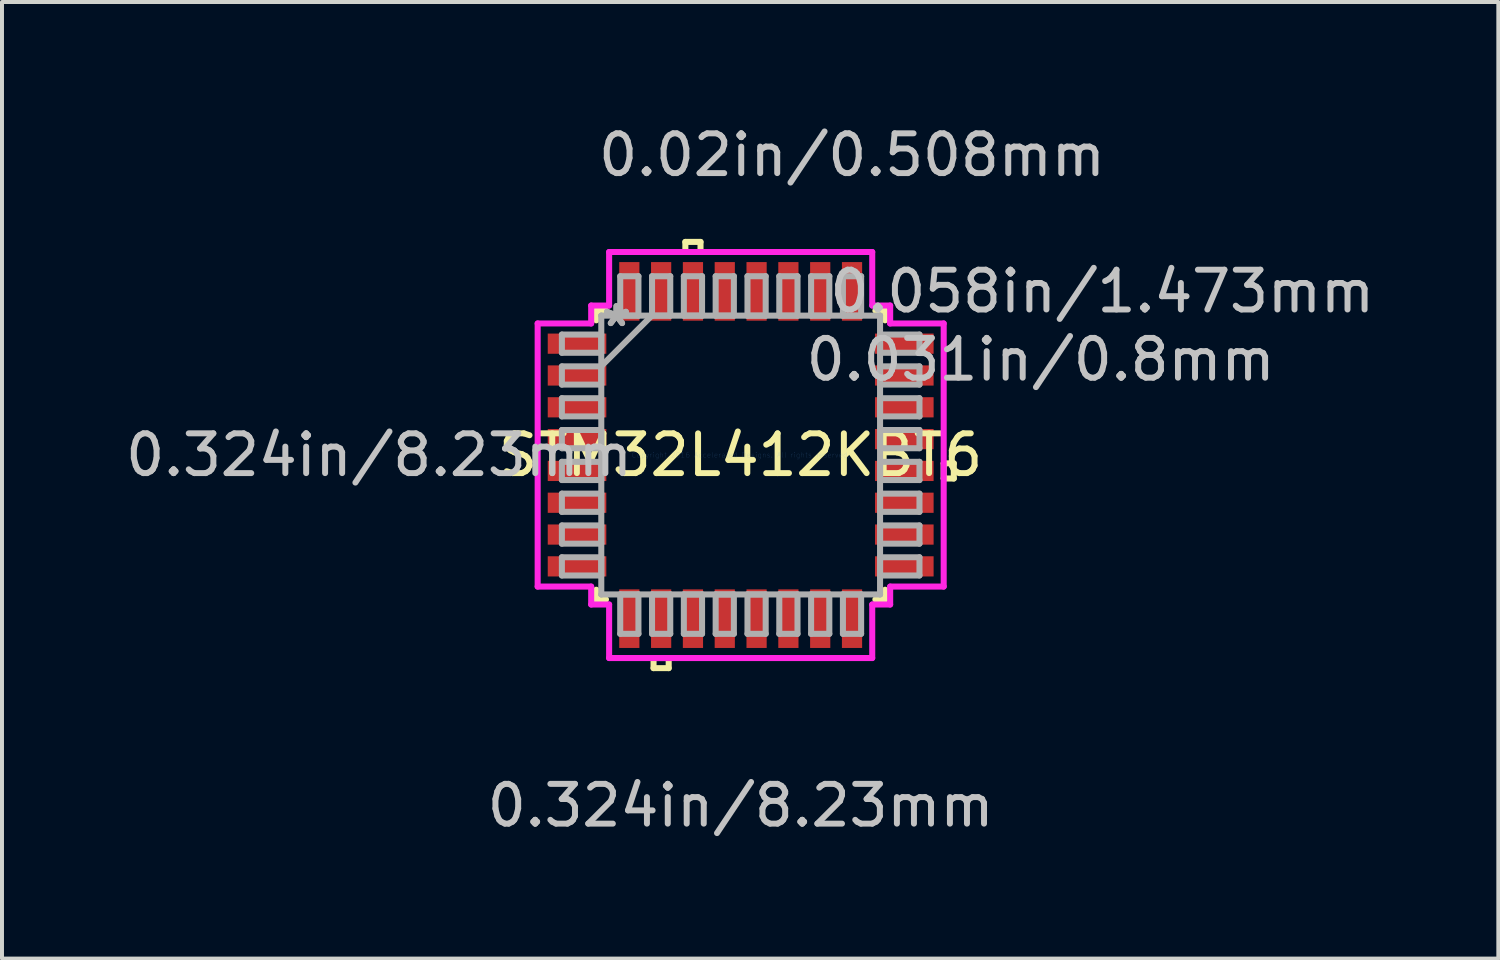
<source format=kicad_pcb>
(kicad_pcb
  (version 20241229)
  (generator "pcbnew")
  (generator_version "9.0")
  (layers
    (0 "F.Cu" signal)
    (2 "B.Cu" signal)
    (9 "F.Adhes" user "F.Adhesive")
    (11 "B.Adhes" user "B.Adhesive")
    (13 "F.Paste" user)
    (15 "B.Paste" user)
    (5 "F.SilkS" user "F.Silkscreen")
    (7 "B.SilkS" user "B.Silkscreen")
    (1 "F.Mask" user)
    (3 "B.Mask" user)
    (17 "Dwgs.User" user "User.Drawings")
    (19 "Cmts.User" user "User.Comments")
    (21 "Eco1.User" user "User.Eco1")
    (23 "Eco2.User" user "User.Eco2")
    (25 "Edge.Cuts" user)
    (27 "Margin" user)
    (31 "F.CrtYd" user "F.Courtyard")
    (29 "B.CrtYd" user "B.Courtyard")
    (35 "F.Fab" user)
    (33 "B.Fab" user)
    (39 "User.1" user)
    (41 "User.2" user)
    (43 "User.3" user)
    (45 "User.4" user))
  (footprint "STM32L412KBT6"
    (layer "F.Cu")
    (at 15.575 8.392)
    (property "Reference" "STM32L412KBT6" (at 0 0 0) (layer "F.SilkS") (effects (font (size 1 1) (thickness 0.15))))
    (attr through_hole)
    (fp_line (start -3.632 -3.632) (end -3.632 -3.387) (stroke (width 0.152) (type solid)) (layer "F.SilkS"))
    (fp_line (start -3.632 3.387) (end -3.632 3.632) (stroke (width 0.152) (type solid)) (layer "F.SilkS"))
    (fp_line (start -3.632 3.632) (end -3.387 3.632) (stroke (width 0.152) (type solid)) (layer "F.SilkS"))
    (fp_line (start -3.387 -3.632) (end -3.632 -3.632) (stroke (width 0.152) (type solid)) (layer "F.SilkS"))
    (fp_line (start -2.191 5.105) (end -2.191 5.359) (stroke (width 0.152) (type solid)) (layer "F.SilkS"))
    (fp_line (start -2.191 5.359) (end -1.81 5.359) (stroke (width 0.152) (type solid)) (layer "F.SilkS"))
    (fp_line (start -1.81 5.105) (end -2.191 5.105) (stroke (width 0.152) (type solid)) (layer "F.SilkS"))
    (fp_line (start -1.81 5.359) (end -1.81 5.105) (stroke (width 0.152) (type solid)) (layer "F.SilkS"))
    (fp_line (start -1.391 -5.359) (end -1.01 -5.359) (stroke (width 0.152) (type solid)) (layer "F.SilkS"))
    (fp_line (start -1.391 -5.105) (end -1.391 -5.359) (stroke (width 0.152) (type solid)) (layer "F.SilkS"))
    (fp_line (start -1.01 -5.359) (end -1.01 -5.105) (stroke (width 0.152) (type solid)) (layer "F.SilkS"))
    (fp_line (start -1.01 -5.105) (end -1.391 -5.105) (stroke (width 0.152) (type solid)) (layer "F.SilkS"))
    (fp_line (start 3.387 3.632) (end 3.632 3.632) (stroke (width 0.152) (type solid)) (layer "F.SilkS"))
    (fp_line (start 3.632 -3.632) (end 3.387 -3.632) (stroke (width 0.152) (type solid)) (layer "F.SilkS"))
    (fp_line (start 3.632 -3.387) (end 3.632 -3.632) (stroke (width 0.152) (type solid)) (layer "F.SilkS"))
    (fp_line (start 3.632 3.632) (end 3.632 3.387) (stroke (width 0.152) (type solid)) (layer "F.SilkS"))
    (fp_line (start 5.105 0.209) (end 5.359 0.209) (stroke (width 0.152) (type solid)) (layer "F.SilkS"))
    (fp_line (start 5.105 0.59) (end 5.105 0.209) (stroke (width 0.152) (type solid)) (layer "F.SilkS"))
    (fp_line (start 5.359 0.209) (end 5.359 0.59) (stroke (width 0.152) (type solid)) (layer "F.SilkS"))
    (fp_line (start 5.359 0.59) (end 5.105 0.59) (stroke (width 0.152) (type solid)) (layer "F.SilkS"))
    (fp_line (start -5.105 -3.308) (end -3.759 -3.308) (stroke (width 0.152) (type solid)) (layer "F.CrtYd"))
    (fp_line (start -5.105 3.308) (end -5.105 -3.308) (stroke (width 0.152) (type solid)) (layer "F.CrtYd"))
    (fp_line (start -3.759 -3.759) (end -3.308 -3.759) (stroke (width 0.152) (type solid)) (layer "F.CrtYd"))
    (fp_line (start -3.759 -3.308) (end -3.759 -3.759) (stroke (width 0.152) (type solid)) (layer "F.CrtYd"))
    (fp_line (start -3.759 3.308) (end -5.105 3.308) (stroke (width 0.152) (type solid)) (layer "F.CrtYd"))
    (fp_line (start -3.759 3.759) (end -3.759 3.308) (stroke (width 0.152) (type solid)) (layer "F.CrtYd"))
    (fp_line (start -3.308 -5.105) (end 3.308 -5.105) (stroke (width 0.152) (type solid)) (layer "F.CrtYd"))
    (fp_line (start -3.308 -3.759) (end -3.308 -5.105) (stroke (width 0.152) (type solid)) (layer "F.CrtYd"))
    (fp_line (start -3.308 3.759) (end -3.759 3.759) (stroke (width 0.152) (type solid)) (layer "F.CrtYd"))
    (fp_line (start -3.308 5.105) (end -3.308 3.759) (stroke (width 0.152) (type solid)) (layer "F.CrtYd"))
    (fp_line (start 3.308 -5.105) (end 3.308 -3.759) (stroke (width 0.152) (type solid)) (layer "F.CrtYd"))
    (fp_line (start 3.308 -3.759) (end 3.759 -3.759) (stroke (width 0.152) (type solid)) (layer "F.CrtYd"))
    (fp_line (start 3.308 3.759) (end 3.308 5.105) (stroke (width 0.152) (type solid)) (layer "F.CrtYd"))
    (fp_line (start 3.308 5.105) (end -3.308 5.105) (stroke (width 0.152) (type solid)) (layer "F.CrtYd"))
    (fp_line (start 3.759 -3.759) (end 3.759 -3.308) (stroke (width 0.152) (type solid)) (layer "F.CrtYd"))
    (fp_line (start 3.759 -3.308) (end 5.105 -3.308) (stroke (width 0.152) (type solid)) (layer "F.CrtYd"))
    (fp_line (start 3.759 3.308) (end 3.759 3.759) (stroke (width 0.152) (type solid)) (layer "F.CrtYd"))
    (fp_line (start 3.759 3.759) (end 3.308 3.759) (stroke (width 0.152) (type solid)) (layer "F.CrtYd"))
    (fp_line (start 5.105 -3.308) (end 5.105 3.308) (stroke (width 0.152) (type solid)) (layer "F.CrtYd"))
    (fp_line (start 5.105 3.308) (end 3.759 3.308) (stroke (width 0.152) (type solid)) (layer "F.CrtYd"))
    (fp_line (start -4.496 -3.029) (end -4.496 -2.571) (stroke (width 0.152) (type solid)) (layer "F.Fab"))
    (fp_line (start -4.496 -2.571) (end -3.505 -2.571) (stroke (width 0.152) (type solid)) (layer "F.Fab"))
    (fp_line (start -4.496 -2.229) (end -4.496 -1.771) (stroke (width 0.152) (type solid)) (layer "F.Fab"))
    (fp_line (start -4.496 -1.771) (end -3.505 -1.771) (stroke (width 0.152) (type solid)) (layer "F.Fab"))
    (fp_line (start -4.496 -1.429) (end -4.496 -0.971) (stroke (width 0.152) (type solid)) (layer "F.Fab"))
    (fp_line (start -4.496 -0.971) (end -3.505 -0.971) (stroke (width 0.152) (type solid)) (layer "F.Fab"))
    (fp_line (start -4.496 -0.629) (end -4.496 -0.171) (stroke (width 0.152) (type solid)) (layer "F.Fab"))
    (fp_line (start -4.496 -0.171) (end -3.505 -0.171) (stroke (width 0.152) (type solid)) (layer "F.Fab"))
    (fp_line (start -4.496 0.171) (end -4.496 0.629) (stroke (width 0.152) (type solid)) (layer "F.Fab"))
    (fp_line (start -4.496 0.629) (end -3.505 0.629) (stroke (width 0.152) (type solid)) (layer "F.Fab"))
    (fp_line (start -4.496 0.971) (end -4.496 1.429) (stroke (width 0.152) (type solid)) (layer "F.Fab"))
    (fp_line (start -4.496 1.429) (end -3.505 1.429) (stroke (width 0.152) (type solid)) (layer "F.Fab"))
    (fp_line (start -4.496 1.771) (end -4.496 2.229) (stroke (width 0.152) (type solid)) (layer "F.Fab"))
    (fp_line (start -4.496 2.229) (end -3.505 2.229) (stroke (width 0.152) (type solid)) (layer "F.Fab"))
    (fp_line (start -4.496 2.571) (end -4.496 3.029) (stroke (width 0.152) (type solid)) (layer "F.Fab"))
    (fp_line (start -4.496 3.029) (end -3.505 3.029) (stroke (width 0.152) (type solid)) (layer "F.Fab"))
    (fp_line (start -3.505 -3.505) (end -3.505 -3.505) (stroke (width 0.152) (type solid)) (layer "F.Fab"))
    (fp_line (start -3.505 -3.505) (end -3.505 3.505) (stroke (width 0.152) (type solid)) (layer "F.Fab"))
    (fp_line (start -3.505 -3.029) (end -4.496 -3.029) (stroke (width 0.152) (type solid)) (layer "F.Fab"))
    (fp_line (start -3.505 -2.571) (end -3.505 -3.029) (stroke (width 0.152) (type solid)) (layer "F.Fab"))
    (fp_line (start -3.505 -2.235) (end -2.235 -3.505) (stroke (width 0.152) (type solid)) (layer "F.Fab"))
    (fp_line (start -3.505 -2.229) (end -4.496 -2.229) (stroke (width 0.152) (type solid)) (layer "F.Fab"))
    (fp_line (start -3.505 -1.771) (end -3.505 -2.229) (stroke (width 0.152) (type solid)) (layer "F.Fab"))
    (fp_line (start -3.505 -1.429) (end -4.496 -1.429) (stroke (width 0.152) (type solid)) (layer "F.Fab"))
    (fp_line (start -3.505 -0.971) (end -3.505 -1.429) (stroke (width 0.152) (type solid)) (layer "F.Fab"))
    (fp_line (start -3.505 -0.629) (end -4.496 -0.629) (stroke (width 0.152) (type solid)) (layer "F.Fab"))
    (fp_line (start -3.505 -0.171) (end -3.505 -0.629) (stroke (width 0.152) (type solid)) (layer "F.Fab"))
    (fp_line (start -3.505 0.171) (end -4.496 0.171) (stroke (width 0.152) (type solid)) (layer "F.Fab"))
    (fp_line (start -3.505 0.629) (end -3.505 0.171) (stroke (width 0.152) (type solid)) (layer "F.Fab"))
    (fp_line (start -3.505 0.971) (end -4.496 0.971) (stroke (width 0.152) (type solid)) (layer "F.Fab"))
    (fp_line (start -3.505 1.429) (end -3.505 0.971) (stroke (width 0.152) (type solid)) (layer "F.Fab"))
    (fp_line (start -3.505 1.771) (end -4.496 1.771) (stroke (width 0.152) (type solid)) (layer "F.Fab"))
    (fp_line (start -3.505 2.229) (end -3.505 1.771) (stroke (width 0.152) (type solid)) (layer "F.Fab"))
    (fp_line (start -3.505 2.571) (end -4.496 2.571) (stroke (width 0.152) (type solid)) (layer "F.Fab"))
    (fp_line (start -3.505 3.029) (end -3.505 2.571) (stroke (width 0.152) (type solid)) (layer "F.Fab"))
    (fp_line (start -3.505 3.505) (end -3.505 3.505) (stroke (width 0.152) (type solid)) (layer "F.Fab"))
    (fp_line (start -3.505 3.505) (end 3.505 3.505) (stroke (width 0.152) (type solid)) (layer "F.Fab"))
    (fp_line (start -3.029 -4.496) (end -3.029 -3.505) (stroke (width 0.152) (type solid)) (layer "F.Fab"))
    (fp_line (start -3.029 -3.505) (end -2.571 -3.505) (stroke (width 0.152) (type solid)) (layer "F.Fab"))
    (fp_line (start -3.029 3.505) (end -3.029 4.496) (stroke (width 0.152) (type solid)) (layer "F.Fab"))
    (fp_line (start -3.029 4.496) (end -2.571 4.496) (stroke (width 0.152) (type solid)) (layer "F.Fab"))
    (fp_line (start -2.571 -4.496) (end -3.029 -4.496) (stroke (width 0.152) (type solid)) (layer "F.Fab"))
    (fp_line (start -2.571 -3.505) (end -2.571 -4.496) (stroke (width 0.152) (type solid)) (layer "F.Fab"))
    (fp_line (start -2.571 3.505) (end -3.029 3.505) (stroke (width 0.152) (type solid)) (layer "F.Fab"))
    (fp_line (start -2.571 4.496) (end -2.571 3.505) (stroke (width 0.152) (type solid)) (layer "F.Fab"))
    (fp_line (start -2.229 -4.496) (end -2.229 -3.505) (stroke (width 0.152) (type solid)) (layer "F.Fab"))
    (fp_line (start -2.229 -3.505) (end -1.771 -3.505) (stroke (width 0.152) (type solid)) (layer "F.Fab"))
    (fp_line (start -2.229 3.505) (end -2.229 4.496) (stroke (width 0.152) (type solid)) (layer "F.Fab"))
    (fp_line (start -2.229 4.496) (end -1.771 4.496) (stroke (width 0.152) (type solid)) (layer "F.Fab"))
    (fp_line (start -1.771 -4.496) (end -2.229 -4.496) (stroke (width 0.152) (type solid)) (layer "F.Fab"))
    (fp_line (start -1.771 -3.505) (end -1.771 -4.496) (stroke (width 0.152) (type solid)) (layer "F.Fab"))
    (fp_line (start -1.771 3.505) (end -2.229 3.505) (stroke (width 0.152) (type solid)) (layer "F.Fab"))
    (fp_line (start -1.771 4.496) (end -1.771 3.505) (stroke (width 0.152) (type solid)) (layer "F.Fab"))
    (fp_line (start -1.429 -4.496) (end -1.429 -3.505) (stroke (width 0.152) (type solid)) (layer "F.Fab"))
    (fp_line (start -1.429 -3.505) (end -0.971 -3.505) (stroke (width 0.152) (type solid)) (layer "F.Fab"))
    (fp_line (start -1.429 3.505) (end -1.429 4.496) (stroke (width 0.152) (type solid)) (layer "F.Fab"))
    (fp_line (start -1.429 4.496) (end -0.971 4.496) (stroke (width 0.152) (type solid)) (layer "F.Fab"))
    (fp_line (start -0.971 -4.496) (end -1.429 -4.496) (stroke (width 0.152) (type solid)) (layer "F.Fab"))
    (fp_line (start -0.971 -3.505) (end -0.971 -4.496) (stroke (width 0.152) (type solid)) (layer "F.Fab"))
    (fp_line (start -0.971 3.505) (end -1.429 3.505) (stroke (width 0.152) (type solid)) (layer "F.Fab"))
    (fp_line (start -0.971 4.496) (end -0.971 3.505) (stroke (width 0.152) (type solid)) (layer "F.Fab"))
    (fp_line (start -0.629 -4.496) (end -0.629 -3.505) (stroke (width 0.152) (type solid)) (layer "F.Fab"))
    (fp_line (start -0.629 -3.505) (end -0.171 -3.505) (stroke (width 0.152) (type solid)) (layer "F.Fab"))
    (fp_line (start -0.629 3.505) (end -0.629 4.496) (stroke (width 0.152) (type solid)) (layer "F.Fab"))
    (fp_line (start -0.629 4.496) (end -0.171 4.496) (stroke (width 0.152) (type solid)) (layer "F.Fab"))
    (fp_line (start -0.171 -4.496) (end -0.629 -4.496) (stroke (width 0.152) (type solid)) (layer "F.Fab"))
    (fp_line (start -0.171 -3.505) (end -0.171 -4.496) (stroke (width 0.152) (type solid)) (layer "F.Fab"))
    (fp_line (start -0.171 3.505) (end -0.629 3.505) (stroke (width 0.152) (type solid)) (layer "F.Fab"))
    (fp_line (start -0.171 4.496) (end -0.171 3.505) (stroke (width 0.152) (type solid)) (layer "F.Fab"))
    (fp_line (start 0.171 -4.496) (end 0.171 -3.505) (stroke (width 0.152) (type solid)) (layer "F.Fab"))
    (fp_line (start 0.171 -3.505) (end 0.629 -3.505) (stroke (width 0.152) (type solid)) (layer "F.Fab"))
    (fp_line (start 0.171 3.505) (end 0.171 4.496) (stroke (width 0.152) (type solid)) (layer "F.Fab"))
    (fp_line (start 0.171 4.496) (end 0.629 4.496) (stroke (width 0.152) (type solid)) (layer "F.Fab"))
    (fp_line (start 0.629 -4.496) (end 0.171 -4.496) (stroke (width 0.152) (type solid)) (layer "F.Fab"))
    (fp_line (start 0.629 -3.505) (end 0.629 -4.496) (stroke (width 0.152) (type solid)) (layer "F.Fab"))
    (fp_line (start 0.629 3.505) (end 0.171 3.505) (stroke (width 0.152) (type solid)) (layer "F.Fab"))
    (fp_line (start 0.629 4.496) (end 0.629 3.505) (stroke (width 0.152) (type solid)) (layer "F.Fab"))
    (fp_line (start 0.971 -4.496) (end 0.971 -3.505) (stroke (width 0.152) (type solid)) (layer "F.Fab"))
    (fp_line (start 0.971 -3.505) (end 1.429 -3.505) (stroke (width 0.152) (type solid)) (layer "F.Fab"))
    (fp_line (start 0.971 3.505) (end 0.971 4.496) (stroke (width 0.152) (type solid)) (layer "F.Fab"))
    (fp_line (start 0.971 4.496) (end 1.429 4.496) (stroke (width 0.152) (type solid)) (layer "F.Fab"))
    (fp_line (start 1.429 -4.496) (end 0.971 -4.496) (stroke (width 0.152) (type solid)) (layer "F.Fab"))
    (fp_line (start 1.429 -3.505) (end 1.429 -4.496) (stroke (width 0.152) (type solid)) (layer "F.Fab"))
    (fp_line (start 1.429 3.505) (end 0.971 3.505) (stroke (width 0.152) (type solid)) (layer "F.Fab"))
    (fp_line (start 1.429 4.496) (end 1.429 3.505) (stroke (width 0.152) (type solid)) (layer "F.Fab"))
    (fp_line (start 1.771 -4.496) (end 1.771 -3.505) (stroke (width 0.152) (type solid)) (layer "F.Fab"))
    (fp_line (start 1.771 -3.505) (end 2.229 -3.505) (stroke (width 0.152) (type solid)) (layer "F.Fab"))
    (fp_line (start 1.771 3.505) (end 1.771 4.496) (stroke (width 0.152) (type solid)) (layer "F.Fab"))
    (fp_line (start 1.771 4.496) (end 2.229 4.496) (stroke (width 0.152) (type solid)) (layer "F.Fab"))
    (fp_line (start 2.229 -4.496) (end 1.771 -4.496) (stroke (width 0.152) (type solid)) (layer "F.Fab"))
    (fp_line (start 2.229 -3.505) (end 2.229 -4.496) (stroke (width 0.152) (type solid)) (layer "F.Fab"))
    (fp_line (start 2.229 3.505) (end 1.771 3.505) (stroke (width 0.152) (type solid)) (layer "F.Fab"))
    (fp_line (start 2.229 4.496) (end 2.229 3.505) (stroke (width 0.152) (type solid)) (layer "F.Fab"))
    (fp_line (start 2.571 -4.496) (end 2.571 -3.505) (stroke (width 0.152) (type solid)) (layer "F.Fab"))
    (fp_line (start 2.571 -3.505) (end 3.029 -3.505) (stroke (width 0.152) (type solid)) (layer "F.Fab"))
    (fp_line (start 2.571 3.505) (end 2.571 4.496) (stroke (width 0.152) (type solid)) (layer "F.Fab"))
    (fp_line (start 2.571 4.496) (end 3.029 4.496) (stroke (width 0.152) (type solid)) (layer "F.Fab"))
    (fp_line (start 3.029 -4.496) (end 2.571 -4.496) (stroke (width 0.152) (type solid)) (layer "F.Fab"))
    (fp_line (start 3.029 -3.505) (end 3.029 -4.496) (stroke (width 0.152) (type solid)) (layer "F.Fab"))
    (fp_line (start 3.029 3.505) (end 2.571 3.505) (stroke (width 0.152) (type solid)) (layer "F.Fab"))
    (fp_line (start 3.029 4.496) (end 3.029 3.505) (stroke (width 0.152) (type solid)) (layer "F.Fab"))
    (fp_line (start 3.505 -3.505) (end -3.505 -3.505) (stroke (width 0.152) (type solid)) (layer "F.Fab"))
    (fp_line (start 3.505 -3.505) (end 3.505 -3.505) (stroke (width 0.152) (type solid)) (layer "F.Fab"))
    (fp_line (start 3.505 -3.029) (end 3.505 -2.571) (stroke (width 0.152) (type solid)) (layer "F.Fab"))
    (fp_line (start 3.505 -2.571) (end 4.496 -2.571) (stroke (width 0.152) (type solid)) (layer "F.Fab"))
    (fp_line (start 3.505 -2.229) (end 3.505 -1.771) (stroke (width 0.152) (type solid)) (layer "F.Fab"))
    (fp_line (start 3.505 -1.771) (end 4.496 -1.771) (stroke (width 0.152) (type solid)) (layer "F.Fab"))
    (fp_line (start 3.505 -1.429) (end 3.505 -0.971) (stroke (width 0.152) (type solid)) (layer "F.Fab"))
    (fp_line (start 3.505 -0.971) (end 4.496 -0.971) (stroke (width 0.152) (type solid)) (layer "F.Fab"))
    (fp_line (start 3.505 -0.629) (end 3.505 -0.171) (stroke (width 0.152) (type solid)) (layer "F.Fab"))
    (fp_line (start 3.505 -0.171) (end 4.496 -0.171) (stroke (width 0.152) (type solid)) (layer "F.Fab"))
    (fp_line (start 3.505 0.171) (end 3.505 0.629) (stroke (width 0.152) (type solid)) (layer "F.Fab"))
    (fp_line (start 3.505 0.629) (end 4.496 0.629) (stroke (width 0.152) (type solid)) (layer "F.Fab"))
    (fp_line (start 3.505 0.971) (end 3.505 1.429) (stroke (width 0.152) (type solid)) (layer "F.Fab"))
    (fp_line (start 3.505 1.429) (end 4.496 1.429) (stroke (width 0.152) (type solid)) (layer "F.Fab"))
    (fp_line (start 3.505 1.771) (end 3.505 2.229) (stroke (width 0.152) (type solid)) (layer "F.Fab"))
    (fp_line (start 3.505 2.229) (end 4.496 2.229) (stroke (width 0.152) (type solid)) (layer "F.Fab"))
    (fp_line (start 3.505 2.571) (end 3.505 3.029) (stroke (width 0.152) (type solid)) (layer "F.Fab"))
    (fp_line (start 3.505 3.029) (end 4.496 3.029) (stroke (width 0.152) (type solid)) (layer "F.Fab"))
    (fp_line (start 3.505 3.505) (end 3.505 -3.505) (stroke (width 0.152) (type solid)) (layer "F.Fab"))
    (fp_line (start 3.505 3.505) (end 3.505 3.505) (stroke (width 0.152) (type solid)) (layer "F.Fab"))
    (fp_line (start 4.496 -3.029) (end 3.505 -3.029) (stroke (width 0.152) (type solid)) (layer "F.Fab"))
    (fp_line (start 4.496 -2.571) (end 4.496 -3.029) (stroke (width 0.152) (type solid)) (layer "F.Fab"))
    (fp_line (start 4.496 -2.229) (end 3.505 -2.229) (stroke (width 0.152) (type solid)) (layer "F.Fab"))
    (fp_line (start 4.496 -1.771) (end 4.496 -2.229) (stroke (width 0.152) (type solid)) (layer "F.Fab"))
    (fp_line (start 4.496 -1.429) (end 3.505 -1.429) (stroke (width 0.152) (type solid)) (layer "F.Fab"))
    (fp_line (start 4.496 -0.971) (end 4.496 -1.429) (stroke (width 0.152) (type solid)) (layer "F.Fab"))
    (fp_line (start 4.496 -0.629) (end 3.505 -0.629) (stroke (width 0.152) (type solid)) (layer "F.Fab"))
    (fp_line (start 4.496 -0.171) (end 4.496 -0.629) (stroke (width 0.152) (type solid)) (layer "F.Fab"))
    (fp_line (start 4.496 0.171) (end 3.505 0.171) (stroke (width 0.152) (type solid)) (layer "F.Fab"))
    (fp_line (start 4.496 0.629) (end 4.496 0.171) (stroke (width 0.152) (type solid)) (layer "F.Fab"))
    (fp_line (start 4.496 0.971) (end 3.505 0.971) (stroke (width 0.152) (type solid)) (layer "F.Fab"))
    (fp_line (start 4.496 1.429) (end 4.496 0.971) (stroke (width 0.152) (type solid)) (layer "F.Fab"))
    (fp_line (start 4.496 1.771) (end 3.505 1.771) (stroke (width 0.152) (type solid)) (layer "F.Fab"))
    (fp_line (start 4.496 2.229) (end 4.496 1.771) (stroke (width 0.152) (type solid)) (layer "F.Fab"))
    (fp_line (start 4.496 2.571) (end 3.505 2.571) (stroke (width 0.152) (type solid)) (layer "F.Fab"))
    (fp_line (start 4.496 3.029) (end 4.496 2.571) (stroke (width 0.152) (type solid)) (layer "F.Fab"))
    (fp_text user "0.058in/1.473mm" (at 9.093 -4.115 0) (layer "Dwgs.User") (effects (font (size 1 1) (thickness 0.15))))
    (fp_text user "0.031in/0.8mm" (at 7.544 -2.4 0) (layer "Dwgs.User") (effects (font (size 1 1) (thickness 0.15))))
    (fp_text user "0.324in/8.23mm" (at -9.093 0 0) (layer "Dwgs.User") (effects (font (size 1 1) (thickness 0.15))))
    (fp_text user "0.324in/8.23mm" (at 0 8.814 0) (layer "Dwgs.User") (effects (font (size 1 1) (thickness 0.15))))
    (fp_text user "0.02in/0.508mm" (at 2.8 -7.544 0) (layer "Dwgs.User") (effects (font (size 1 1) (thickness 0.15))))
    (fp_text user "Copyright 2016 Accelerated Designs. All rights reserved." (at 0 0 0) (layer "Cmts.User") (effects (font (size 0.127 0.127) (thickness 0.002))))
    (fp_text user "*" (at -3.124 -3.2 0) (layer "F.Fab") (effects (font (size 1 1) (thickness 0.15))))
    (fp_text user "*" (at -3.124 -3.2 0) (layer "F.Fab") (effects (font (size 1 1) (thickness 0.15))))
    (pad "1" smd rect (at -4.115 -2.8 90) (size 0.508 1.473) (layers "F.Cu" "F.Mask" "F.Paste"))
    (pad "2" smd rect (at -4.115 -2 90) (size 0.508 1.473) (layers "F.Cu" "F.Mask" "F.Paste"))
    (pad "3" smd rect (at -4.115 -1.2 90) (size 0.508 1.473) (layers "F.Cu" "F.Mask" "F.Paste"))
    (pad "4" smd rect (at -4.115 -0.4 90) (size 0.508 1.473) (layers "F.Cu" "F.Mask" "F.Paste"))
    (pad "5" smd rect (at -4.115 0.4 90) (size 0.508 1.473) (layers "F.Cu" "F.Mask" "F.Paste"))
    (pad "6" smd rect (at -4.115 1.2 90) (size 0.508 1.473) (layers "F.Cu" "F.Mask" "F.Paste"))
    (pad "7" smd rect (at -4.115 2 90) (size 0.508 1.473) (layers "F.Cu" "F.Mask" "F.Paste"))
    (pad "8" smd rect (at -4.115 2.8 90) (size 0.508 1.473) (layers "F.Cu" "F.Mask" "F.Paste"))
    (pad "9" smd rect (at -2.8 4.115) (size 0.508 1.473) (layers "F.Cu" "F.Mask" "F.Paste"))
    (pad "10" smd rect (at -2 4.115) (size 0.508 1.473) (layers "F.Cu" "F.Mask" "F.Paste"))
    (pad "11" smd rect (at -1.2 4.115) (size 0.508 1.473) (layers "F.Cu" "F.Mask" "F.Paste"))
    (pad "12" smd rect (at -0.4 4.115) (size 0.508 1.473) (layers "F.Cu" "F.Mask" "F.Paste"))
    (pad "13" smd rect (at 0.4 4.115) (size 0.508 1.473) (layers "F.Cu" "F.Mask" "F.Paste"))
    (pad "14" smd rect (at 1.2 4.115) (size 0.508 1.473) (layers "F.Cu" "F.Mask" "F.Paste"))
    (pad "15" smd rect (at 2 4.115) (size 0.508 1.473) (layers "F.Cu" "F.Mask" "F.Paste"))
    (pad "16" smd rect (at 2.8 4.115) (size 0.508 1.473) (layers "F.Cu" "F.Mask" "F.Paste"))
    (pad "17" smd rect (at 4.115 2.8 90) (size 0.508 1.473) (layers "F.Cu" "F.Mask" "F.Paste"))
    (pad "18" smd rect (at 4.115 2 90) (size 0.508 1.473) (layers "F.Cu" "F.Mask" "F.Paste"))
    (pad "19" smd rect (at 4.115 1.2 90) (size 0.508 1.473) (layers "F.Cu" "F.Mask" "F.Paste"))
    (pad "20" smd rect (at 4.115 0.4 90) (size 0.508 1.473) (layers "F.Cu" "F.Mask" "F.Paste"))
    (pad "21" smd rect (at 4.115 -0.4 90) (size 0.508 1.473) (layers "F.Cu" "F.Mask" "F.Paste"))
    (pad "22" smd rect (at 4.115 -1.2 90) (size 0.508 1.473) (layers "F.Cu" "F.Mask" "F.Paste"))
    (pad "23" smd rect (at 4.115 -2 90) (size 0.508 1.473) (layers "F.Cu" "F.Mask" "F.Paste"))
    (pad "24" smd rect (at 4.115 -2.8 90) (size 0.508 1.473) (layers "F.Cu" "F.Mask" "F.Paste"))
    (pad "25" smd rect (at 2.8 -4.115) (size 0.508 1.473) (layers "F.Cu" "F.Mask" "F.Paste"))
    (pad "26" smd rect (at 2 -4.115) (size 0.508 1.473) (layers "F.Cu" "F.Mask" "F.Paste"))
    (pad "27" smd rect (at 1.2 -4.115) (size 0.508 1.473) (layers "F.Cu" "F.Mask" "F.Paste"))
    (pad "28" smd rect (at 0.4 -4.115) (size 0.508 1.473) (layers "F.Cu" "F.Mask" "F.Paste"))
    (pad "29" smd rect (at -0.4 -4.115) (size 0.508 1.473) (layers "F.Cu" "F.Mask" "F.Paste"))
    (pad "30" smd rect (at -1.2 -4.115) (size 0.508 1.473) (layers "F.Cu" "F.Mask" "F.Paste"))
    (pad "31" smd rect (at -2 -4.115) (size 0.508 1.473) (layers "F.Cu" "F.Mask" "F.Paste"))
    (pad "32" smd rect (at -2.8 -4.115) (size 0.508 1.473) (layers "F.Cu" "F.Mask" "F.Paste")))
  (gr_rect
    (start -3 -3)
    (end 34.627 21.054)
    (stroke (width 0.1) (type default))
    (fill no)
    (layer "Edge.Cuts")))
</source>
